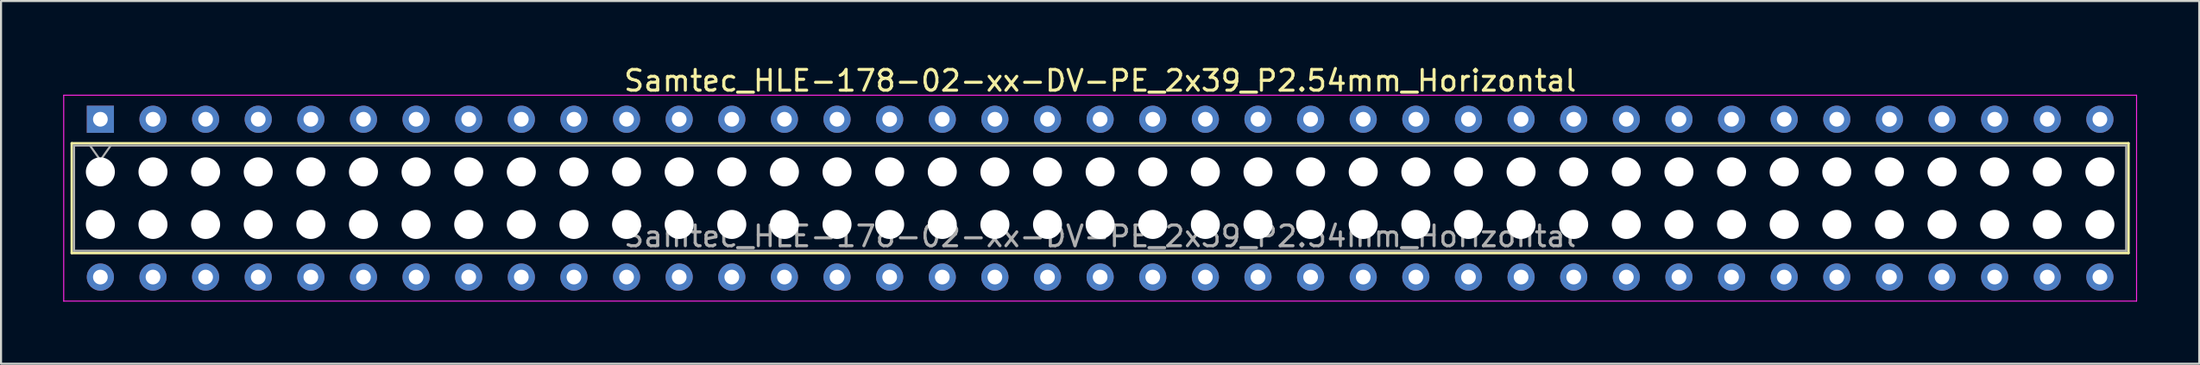
<source format=kicad_pcb>
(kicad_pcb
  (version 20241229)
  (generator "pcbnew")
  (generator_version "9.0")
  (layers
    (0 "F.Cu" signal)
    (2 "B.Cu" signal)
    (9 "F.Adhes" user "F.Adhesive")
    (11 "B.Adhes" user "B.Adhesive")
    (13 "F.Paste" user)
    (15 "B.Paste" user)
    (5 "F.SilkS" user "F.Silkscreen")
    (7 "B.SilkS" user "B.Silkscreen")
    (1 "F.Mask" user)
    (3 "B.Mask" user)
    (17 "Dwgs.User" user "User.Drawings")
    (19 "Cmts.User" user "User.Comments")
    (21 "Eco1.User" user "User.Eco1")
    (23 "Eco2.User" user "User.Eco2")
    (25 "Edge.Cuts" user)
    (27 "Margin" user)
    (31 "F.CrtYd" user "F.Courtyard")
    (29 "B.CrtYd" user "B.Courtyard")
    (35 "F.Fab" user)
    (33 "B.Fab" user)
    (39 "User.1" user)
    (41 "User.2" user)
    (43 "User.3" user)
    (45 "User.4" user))
  (footprint "Samtec_HLE-178-02-xx-DV-PE_2x39_P2.54mm_Horizontal"
    (layer "F.Cu")
    (at 1.795 2.708)
    (property "Reference" "Samtec_HLE-178-02-xx-DV-PE_2x39_P2.54mm_Horizontal" (at 48.26 -1.86 0) (layer "F.SilkS") (effects (font (size 1 1) (thickness 0.15))))
    (attr through_hole)
    (fp_line (start -1.38 1.16) (end 97.9 1.16) (stroke (width 0.12) (type solid)) (layer "F.SilkS"))
    (fp_line (start -1.38 6.46) (end -1.38 1.16) (stroke (width 0.12) (type solid)) (layer "F.SilkS"))
    (fp_line (start 97.9 1.16) (end 97.9 6.46) (stroke (width 0.12) (type solid)) (layer "F.SilkS"))
    (fp_line (start 97.9 6.46) (end -1.38 6.46) (stroke (width 0.12) (type solid)) (layer "F.SilkS"))
    (fp_line (start -1.77 -1.16) (end 98.29 -1.16) (stroke (width 0.05) (type solid)) (layer "F.CrtYd"))
    (fp_line (start -1.77 8.78) (end -1.77 -1.16) (stroke (width 0.05) (type solid)) (layer "F.CrtYd"))
    (fp_line (start 98.29 -1.16) (end 98.29 8.78) (stroke (width 0.05) (type solid)) (layer "F.CrtYd"))
    (fp_line (start 98.29 8.78) (end -1.77 8.78) (stroke (width 0.05) (type solid)) (layer "F.CrtYd"))
    (fp_line (start -1.27 1.27) (end 97.79 1.27) (stroke (width 0.1) (type solid)) (layer "F.Fab"))
    (fp_line (start -1.27 6.35) (end -1.27 1.27) (stroke (width 0.1) (type solid)) (layer "F.Fab"))
    (fp_line (start -0.5 1.27) (end 0 1.977) (stroke (width 0.1) (type solid)) (layer "F.Fab"))
    (fp_line (start 0 1.977) (end 0.5 1.27) (stroke (width 0.1) (type solid)) (layer "F.Fab"))
    (fp_line (start 97.79 1.27) (end 97.79 6.35) (stroke (width 0.1) (type solid)) (layer "F.Fab"))
    (fp_line (start 97.79 6.35) (end -1.27 6.35) (stroke (width 0.1) (type solid)) (layer "F.Fab"))
    (fp_text user "${REFERENCE}" (at 48.26 5.65 0) (layer "F.Fab") (effects (font (size 1 1) (thickness 0.15))))
    (pad "" np_thru_hole circle (at 0 2.54) (size 1.4 1.4) (drill 1.4) (layers "*.Cu" "*.Mask"))
    (pad "" np_thru_hole circle (at 0 5.08) (size 1.4 1.4) (drill 1.4) (layers "*.Cu" "*.Mask"))
    (pad "" np_thru_hole circle (at 2.54 2.54) (size 1.4 1.4) (drill 1.4) (layers "*.Cu" "*.Mask"))
    (pad "" np_thru_hole circle (at 2.54 5.08) (size 1.4 1.4) (drill 1.4) (layers "*.Cu" "*.Mask"))
    (pad "" np_thru_hole circle (at 5.08 2.54) (size 1.4 1.4) (drill 1.4) (layers "*.Cu" "*.Mask"))
    (pad "" np_thru_hole circle (at 5.08 5.08) (size 1.4 1.4) (drill 1.4) (layers "*.Cu" "*.Mask"))
    (pad "" np_thru_hole circle (at 7.62 2.54) (size 1.4 1.4) (drill 1.4) (layers "*.Cu" "*.Mask"))
    (pad "" np_thru_hole circle (at 7.62 5.08) (size 1.4 1.4) (drill 1.4) (layers "*.Cu" "*.Mask"))
    (pad "" np_thru_hole circle (at 10.16 2.54) (size 1.4 1.4) (drill 1.4) (layers "*.Cu" "*.Mask"))
    (pad "" np_thru_hole circle (at 10.16 5.08) (size 1.4 1.4) (drill 1.4) (layers "*.Cu" "*.Mask"))
    (pad "" np_thru_hole circle (at 12.7 2.54) (size 1.4 1.4) (drill 1.4) (layers "*.Cu" "*.Mask"))
    (pad "" np_thru_hole circle (at 12.7 5.08) (size 1.4 1.4) (drill 1.4) (layers "*.Cu" "*.Mask"))
    (pad "" np_thru_hole circle (at 15.24 2.54) (size 1.4 1.4) (drill 1.4) (layers "*.Cu" "*.Mask"))
    (pad "" np_thru_hole circle (at 15.24 5.08) (size 1.4 1.4) (drill 1.4) (layers "*.Cu" "*.Mask"))
    (pad "" np_thru_hole circle (at 17.78 2.54) (size 1.4 1.4) (drill 1.4) (layers "*.Cu" "*.Mask"))
    (pad "" np_thru_hole circle (at 17.78 5.08) (size 1.4 1.4) (drill 1.4) (layers "*.Cu" "*.Mask"))
    (pad "" np_thru_hole circle (at 20.32 2.54) (size 1.4 1.4) (drill 1.4) (layers "*.Cu" "*.Mask"))
    (pad "" np_thru_hole circle (at 20.32 5.08) (size 1.4 1.4) (drill 1.4) (layers "*.Cu" "*.Mask"))
    (pad "" np_thru_hole circle (at 22.86 2.54) (size 1.4 1.4) (drill 1.4) (layers "*.Cu" "*.Mask"))
    (pad "" np_thru_hole circle (at 22.86 5.08) (size 1.4 1.4) (drill 1.4) (layers "*.Cu" "*.Mask"))
    (pad "" np_thru_hole circle (at 25.4 2.54) (size 1.4 1.4) (drill 1.4) (layers "*.Cu" "*.Mask"))
    (pad "" np_thru_hole circle (at 25.4 5.08) (size 1.4 1.4) (drill 1.4) (layers "*.Cu" "*.Mask"))
    (pad "" np_thru_hole circle (at 27.94 2.54) (size 1.4 1.4) (drill 1.4) (layers "*.Cu" "*.Mask"))
    (pad "" np_thru_hole circle (at 27.94 5.08) (size 1.4 1.4) (drill 1.4) (layers "*.Cu" "*.Mask"))
    (pad "" np_thru_hole circle (at 30.48 2.54) (size 1.4 1.4) (drill 1.4) (layers "*.Cu" "*.Mask"))
    (pad "" np_thru_hole circle (at 30.48 5.08) (size 1.4 1.4) (drill 1.4) (layers "*.Cu" "*.Mask"))
    (pad "" np_thru_hole circle (at 33.02 2.54) (size 1.4 1.4) (drill 1.4) (layers "*.Cu" "*.Mask"))
    (pad "" np_thru_hole circle (at 33.02 5.08) (size 1.4 1.4) (drill 1.4) (layers "*.Cu" "*.Mask"))
    (pad "" np_thru_hole circle (at 35.56 2.54) (size 1.4 1.4) (drill 1.4) (layers "*.Cu" "*.Mask"))
    (pad "" np_thru_hole circle (at 35.56 5.08) (size 1.4 1.4) (drill 1.4) (layers "*.Cu" "*.Mask"))
    (pad "" np_thru_hole circle (at 38.1 2.54) (size 1.4 1.4) (drill 1.4) (layers "*.Cu" "*.Mask"))
    (pad "" np_thru_hole circle (at 38.1 5.08) (size 1.4 1.4) (drill 1.4) (layers "*.Cu" "*.Mask"))
    (pad "" np_thru_hole circle (at 40.64 2.54) (size 1.4 1.4) (drill 1.4) (layers "*.Cu" "*.Mask"))
    (pad "" np_thru_hole circle (at 40.64 5.08) (size 1.4 1.4) (drill 1.4) (layers "*.Cu" "*.Mask"))
    (pad "" np_thru_hole circle (at 43.18 2.54) (size 1.4 1.4) (drill 1.4) (layers "*.Cu" "*.Mask"))
    (pad "" np_thru_hole circle (at 43.18 5.08) (size 1.4 1.4) (drill 1.4) (layers "*.Cu" "*.Mask"))
    (pad "" np_thru_hole circle (at 45.72 2.54) (size 1.4 1.4) (drill 1.4) (layers "*.Cu" "*.Mask"))
    (pad "" np_thru_hole circle (at 45.72 5.08) (size 1.4 1.4) (drill 1.4) (layers "*.Cu" "*.Mask"))
    (pad "" np_thru_hole circle (at 48.26 2.54) (size 1.4 1.4) (drill 1.4) (layers "*.Cu" "*.Mask"))
    (pad "" np_thru_hole circle (at 48.26 5.08) (size 1.4 1.4) (drill 1.4) (layers "*.Cu" "*.Mask"))
    (pad "" np_thru_hole circle (at 50.8 2.54) (size 1.4 1.4) (drill 1.4) (layers "*.Cu" "*.Mask"))
    (pad "" np_thru_hole circle (at 50.8 5.08) (size 1.4 1.4) (drill 1.4) (layers "*.Cu" "*.Mask"))
    (pad "" np_thru_hole circle (at 53.34 2.54) (size 1.4 1.4) (drill 1.4) (layers "*.Cu" "*.Mask"))
    (pad "" np_thru_hole circle (at 53.34 5.08) (size 1.4 1.4) (drill 1.4) (layers "*.Cu" "*.Mask"))
    (pad "" np_thru_hole circle (at 55.88 2.54) (size 1.4 1.4) (drill 1.4) (layers "*.Cu" "*.Mask"))
    (pad "" np_thru_hole circle (at 55.88 5.08) (size 1.4 1.4) (drill 1.4) (layers "*.Cu" "*.Mask"))
    (pad "" np_thru_hole circle (at 58.42 2.54) (size 1.4 1.4) (drill 1.4) (layers "*.Cu" "*.Mask"))
    (pad "" np_thru_hole circle (at 58.42 5.08) (size 1.4 1.4) (drill 1.4) (layers "*.Cu" "*.Mask"))
    (pad "" np_thru_hole circle (at 60.96 2.54) (size 1.4 1.4) (drill 1.4) (layers "*.Cu" "*.Mask"))
    (pad "" np_thru_hole circle (at 60.96 5.08) (size 1.4 1.4) (drill 1.4) (layers "*.Cu" "*.Mask"))
    (pad "" np_thru_hole circle (at 63.5 2.54) (size 1.4 1.4) (drill 1.4) (layers "*.Cu" "*.Mask"))
    (pad "" np_thru_hole circle (at 63.5 5.08) (size 1.4 1.4) (drill 1.4) (layers "*.Cu" "*.Mask"))
    (pad "" np_thru_hole circle (at 66.04 2.54) (size 1.4 1.4) (drill 1.4) (layers "*.Cu" "*.Mask"))
    (pad "" np_thru_hole circle (at 66.04 5.08) (size 1.4 1.4) (drill 1.4) (layers "*.Cu" "*.Mask"))
    (pad "" np_thru_hole circle (at 68.58 2.54) (size 1.4 1.4) (drill 1.4) (layers "*.Cu" "*.Mask"))
    (pad "" np_thru_hole circle (at 68.58 5.08) (size 1.4 1.4) (drill 1.4) (layers "*.Cu" "*.Mask"))
    (pad "" np_thru_hole circle (at 71.12 2.54) (size 1.4 1.4) (drill 1.4) (layers "*.Cu" "*.Mask"))
    (pad "" np_thru_hole circle (at 71.12 5.08) (size 1.4 1.4) (drill 1.4) (layers "*.Cu" "*.Mask"))
    (pad "" np_thru_hole circle (at 73.66 2.54) (size 1.4 1.4) (drill 1.4) (layers "*.Cu" "*.Mask"))
    (pad "" np_thru_hole circle (at 73.66 5.08) (size 1.4 1.4) (drill 1.4) (layers "*.Cu" "*.Mask"))
    (pad "" np_thru_hole circle (at 76.2 2.54) (size 1.4 1.4) (drill 1.4) (layers "*.Cu" "*.Mask"))
    (pad "" np_thru_hole circle (at 76.2 5.08) (size 1.4 1.4) (drill 1.4) (layers "*.Cu" "*.Mask"))
    (pad "" np_thru_hole circle (at 78.74 2.54) (size 1.4 1.4) (drill 1.4) (layers "*.Cu" "*.Mask"))
    (pad "" np_thru_hole circle (at 78.74 5.08) (size 1.4 1.4) (drill 1.4) (layers "*.Cu" "*.Mask"))
    (pad "" np_thru_hole circle (at 81.28 2.54) (size 1.4 1.4) (drill 1.4) (layers "*.Cu" "*.Mask"))
    (pad "" np_thru_hole circle (at 81.28 5.08) (size 1.4 1.4) (drill 1.4) (layers "*.Cu" "*.Mask"))
    (pad "" np_thru_hole circle (at 83.82 2.54) (size 1.4 1.4) (drill 1.4) (layers "*.Cu" "*.Mask"))
    (pad "" np_thru_hole circle (at 83.82 5.08) (size 1.4 1.4) (drill 1.4) (layers "*.Cu" "*.Mask"))
    (pad "" np_thru_hole circle (at 86.36 2.54) (size 1.4 1.4) (drill 1.4) (layers "*.Cu" "*.Mask"))
    (pad "" np_thru_hole circle (at 86.36 5.08) (size 1.4 1.4) (drill 1.4) (layers "*.Cu" "*.Mask"))
    (pad "" np_thru_hole circle (at 88.9 2.54) (size 1.4 1.4) (drill 1.4) (layers "*.Cu" "*.Mask"))
    (pad "" np_thru_hole circle (at 88.9 5.08) (size 1.4 1.4) (drill 1.4) (layers "*.Cu" "*.Mask"))
    (pad "" np_thru_hole circle (at 91.44 2.54) (size 1.4 1.4) (drill 1.4) (layers "*.Cu" "*.Mask"))
    (pad "" np_thru_hole circle (at 91.44 5.08) (size 1.4 1.4) (drill 1.4) (layers "*.Cu" "*.Mask"))
    (pad "" np_thru_hole circle (at 93.98 2.54) (size 1.4 1.4) (drill 1.4) (layers "*.Cu" "*.Mask"))
    (pad "" np_thru_hole circle (at 93.98 5.08) (size 1.4 1.4) (drill 1.4) (layers "*.Cu" "*.Mask"))
    (pad "" np_thru_hole circle (at 96.52 2.54) (size 1.4 1.4) (drill 1.4) (layers "*.Cu" "*.Mask"))
    (pad "" np_thru_hole circle (at 96.52 5.08) (size 1.4 1.4) (drill 1.4) (layers "*.Cu" "*.Mask"))
    (pad "1" thru_hole rect (at 0 0) (size 1.31 1.31) (drill 0.71) (layers "*.Cu" "*.Mask"))
    (pad "2" thru_hole circle (at 0 7.62) (size 1.31 1.31) (drill 0.71) (layers "*.Cu" "*.Mask"))
    (pad "3" thru_hole circle (at 2.54 0) (size 1.31 1.31) (drill 0.71) (layers "*.Cu" "*.Mask"))
    (pad "4" thru_hole circle (at 2.54 7.62) (size 1.31 1.31) (drill 0.71) (layers "*.Cu" "*.Mask"))
    (pad "5" thru_hole circle (at 5.08 0) (size 1.31 1.31) (drill 0.71) (layers "*.Cu" "*.Mask"))
    (pad "6" thru_hole circle (at 5.08 7.62) (size 1.31 1.31) (drill 0.71) (layers "*.Cu" "*.Mask"))
    (pad "7" thru_hole circle (at 7.62 0) (size 1.31 1.31) (drill 0.71) (layers "*.Cu" "*.Mask"))
    (pad "8" thru_hole circle (at 7.62 7.62) (size 1.31 1.31) (drill 0.71) (layers "*.Cu" "*.Mask"))
    (pad "9" thru_hole circle (at 10.16 0) (size 1.31 1.31) (drill 0.71) (layers "*.Cu" "*.Mask"))
    (pad "10" thru_hole circle (at 10.16 7.62) (size 1.31 1.31) (drill 0.71) (layers "*.Cu" "*.Mask"))
    (pad "11" thru_hole circle (at 12.7 0) (size 1.31 1.31) (drill 0.71) (layers "*.Cu" "*.Mask"))
    (pad "12" thru_hole circle (at 12.7 7.62) (size 1.31 1.31) (drill 0.71) (layers "*.Cu" "*.Mask"))
    (pad "13" thru_hole circle (at 15.24 0) (size 1.31 1.31) (drill 0.71) (layers "*.Cu" "*.Mask"))
    (pad "14" thru_hole circle (at 15.24 7.62) (size 1.31 1.31) (drill 0.71) (layers "*.Cu" "*.Mask"))
    (pad "15" thru_hole circle (at 17.78 0) (size 1.31 1.31) (drill 0.71) (layers "*.Cu" "*.Mask"))
    (pad "16" thru_hole circle (at 17.78 7.62) (size 1.31 1.31) (drill 0.71) (layers "*.Cu" "*.Mask"))
    (pad "17" thru_hole circle (at 20.32 0) (size 1.31 1.31) (drill 0.71) (layers "*.Cu" "*.Mask"))
    (pad "18" thru_hole circle (at 20.32 7.62) (size 1.31 1.31) (drill 0.71) (layers "*.Cu" "*.Mask"))
    (pad "19" thru_hole circle (at 22.86 0) (size 1.31 1.31) (drill 0.71) (layers "*.Cu" "*.Mask"))
    (pad "20" thru_hole circle (at 22.86 7.62) (size 1.31 1.31) (drill 0.71) (layers "*.Cu" "*.Mask"))
    (pad "21" thru_hole circle (at 25.4 0) (size 1.31 1.31) (drill 0.71) (layers "*.Cu" "*.Mask"))
    (pad "22" thru_hole circle (at 25.4 7.62) (size 1.31 1.31) (drill 0.71) (layers "*.Cu" "*.Mask"))
    (pad "23" thru_hole circle (at 27.94 0) (size 1.31 1.31) (drill 0.71) (layers "*.Cu" "*.Mask"))
    (pad "24" thru_hole circle (at 27.94 7.62) (size 1.31 1.31) (drill 0.71) (layers "*.Cu" "*.Mask"))
    (pad "25" thru_hole circle (at 30.48 0) (size 1.31 1.31) (drill 0.71) (layers "*.Cu" "*.Mask"))
    (pad "26" thru_hole circle (at 30.48 7.62) (size 1.31 1.31) (drill 0.71) (layers "*.Cu" "*.Mask"))
    (pad "27" thru_hole circle (at 33.02 0) (size 1.31 1.31) (drill 0.71) (layers "*.Cu" "*.Mask"))
    (pad "28" thru_hole circle (at 33.02 7.62) (size 1.31 1.31) (drill 0.71) (layers "*.Cu" "*.Mask"))
    (pad "29" thru_hole circle (at 35.56 0) (size 1.31 1.31) (drill 0.71) (layers "*.Cu" "*.Mask"))
    (pad "30" thru_hole circle (at 35.56 7.62) (size 1.31 1.31) (drill 0.71) (layers "*.Cu" "*.Mask"))
    (pad "31" thru_hole circle (at 38.1 0) (size 1.31 1.31) (drill 0.71) (layers "*.Cu" "*.Mask"))
    (pad "32" thru_hole circle (at 38.1 7.62) (size 1.31 1.31) (drill 0.71) (layers "*.Cu" "*.Mask"))
    (pad "33" thru_hole circle (at 40.64 0) (size 1.31 1.31) (drill 0.71) (layers "*.Cu" "*.Mask"))
    (pad "34" thru_hole circle (at 40.64 7.62) (size 1.31 1.31) (drill 0.71) (layers "*.Cu" "*.Mask"))
    (pad "35" thru_hole circle (at 43.18 0) (size 1.31 1.31) (drill 0.71) (layers "*.Cu" "*.Mask"))
    (pad "36" thru_hole circle (at 43.18 7.62) (size 1.31 1.31) (drill 0.71) (layers "*.Cu" "*.Mask"))
    (pad "37" thru_hole circle (at 45.72 0) (size 1.31 1.31) (drill 0.71) (layers "*.Cu" "*.Mask"))
    (pad "38" thru_hole circle (at 45.72 7.62) (size 1.31 1.31) (drill 0.71) (layers "*.Cu" "*.Mask"))
    (pad "39" thru_hole circle (at 48.26 0) (size 1.31 1.31) (drill 0.71) (layers "*.Cu" "*.Mask"))
    (pad "40" thru_hole circle (at 48.26 7.62) (size 1.31 1.31) (drill 0.71) (layers "*.Cu" "*.Mask"))
    (pad "41" thru_hole circle (at 50.8 0) (size 1.31 1.31) (drill 0.71) (layers "*.Cu" "*.Mask"))
    (pad "42" thru_hole circle (at 50.8 7.62) (size 1.31 1.31) (drill 0.71) (layers "*.Cu" "*.Mask"))
    (pad "43" thru_hole circle (at 53.34 0) (size 1.31 1.31) (drill 0.71) (layers "*.Cu" "*.Mask"))
    (pad "44" thru_hole circle (at 53.34 7.62) (size 1.31 1.31) (drill 0.71) (layers "*.Cu" "*.Mask"))
    (pad "45" thru_hole circle (at 55.88 0) (size 1.31 1.31) (drill 0.71) (layers "*.Cu" "*.Mask"))
    (pad "46" thru_hole circle (at 55.88 7.62) (size 1.31 1.31) (drill 0.71) (layers "*.Cu" "*.Mask"))
    (pad "47" thru_hole circle (at 58.42 0) (size 1.31 1.31) (drill 0.71) (layers "*.Cu" "*.Mask"))
    (pad "48" thru_hole circle (at 58.42 7.62) (size 1.31 1.31) (drill 0.71) (layers "*.Cu" "*.Mask"))
    (pad "49" thru_hole circle (at 60.96 0) (size 1.31 1.31) (drill 0.71) (layers "*.Cu" "*.Mask"))
    (pad "50" thru_hole circle (at 60.96 7.62) (size 1.31 1.31) (drill 0.71) (layers "*.Cu" "*.Mask"))
    (pad "51" thru_hole circle (at 63.5 0) (size 1.31 1.31) (drill 0.71) (layers "*.Cu" "*.Mask"))
    (pad "52" thru_hole circle (at 63.5 7.62) (size 1.31 1.31) (drill 0.71) (layers "*.Cu" "*.Mask"))
    (pad "53" thru_hole circle (at 66.04 0) (size 1.31 1.31) (drill 0.71) (layers "*.Cu" "*.Mask"))
    (pad "54" thru_hole circle (at 66.04 7.62) (size 1.31 1.31) (drill 0.71) (layers "*.Cu" "*.Mask"))
    (pad "55" thru_hole circle (at 68.58 0) (size 1.31 1.31) (drill 0.71) (layers "*.Cu" "*.Mask"))
    (pad "56" thru_hole circle (at 68.58 7.62) (size 1.31 1.31) (drill 0.71) (layers "*.Cu" "*.Mask"))
    (pad "57" thru_hole circle (at 71.12 0) (size 1.31 1.31) (drill 0.71) (layers "*.Cu" "*.Mask"))
    (pad "58" thru_hole circle (at 71.12 7.62) (size 1.31 1.31) (drill 0.71) (layers "*.Cu" "*.Mask"))
    (pad "59" thru_hole circle (at 73.66 0) (size 1.31 1.31) (drill 0.71) (layers "*.Cu" "*.Mask"))
    (pad "60" thru_hole circle (at 73.66 7.62) (size 1.31 1.31) (drill 0.71) (layers "*.Cu" "*.Mask"))
    (pad "61" thru_hole circle (at 76.2 0) (size 1.31 1.31) (drill 0.71) (layers "*.Cu" "*.Mask"))
    (pad "62" thru_hole circle (at 76.2 7.62) (size 1.31 1.31) (drill 0.71) (layers "*.Cu" "*.Mask"))
    (pad "63" thru_hole circle (at 78.74 0) (size 1.31 1.31) (drill 0.71) (layers "*.Cu" "*.Mask"))
    (pad "64" thru_hole circle (at 78.74 7.62) (size 1.31 1.31) (drill 0.71) (layers "*.Cu" "*.Mask"))
    (pad "65" thru_hole circle (at 81.28 0) (size 1.31 1.31) (drill 0.71) (layers "*.Cu" "*.Mask"))
    (pad "66" thru_hole circle (at 81.28 7.62) (size 1.31 1.31) (drill 0.71) (layers "*.Cu" "*.Mask"))
    (pad "67" thru_hole circle (at 83.82 0) (size 1.31 1.31) (drill 0.71) (layers "*.Cu" "*.Mask"))
    (pad "68" thru_hole circle (at 83.82 7.62) (size 1.31 1.31) (drill 0.71) (layers "*.Cu" "*.Mask"))
    (pad "69" thru_hole circle (at 86.36 0) (size 1.31 1.31) (drill 0.71) (layers "*.Cu" "*.Mask"))
    (pad "70" thru_hole circle (at 86.36 7.62) (size 1.31 1.31) (drill 0.71) (layers "*.Cu" "*.Mask"))
    (pad "71" thru_hole circle (at 88.9 0) (size 1.31 1.31) (drill 0.71) (layers "*.Cu" "*.Mask"))
    (pad "72" thru_hole circle (at 88.9 7.62) (size 1.31 1.31) (drill 0.71) (layers "*.Cu" "*.Mask"))
    (pad "73" thru_hole circle (at 91.44 0) (size 1.31 1.31) (drill 0.71) (layers "*.Cu" "*.Mask"))
    (pad "74" thru_hole circle (at 91.44 7.62) (size 1.31 1.31) (drill 0.71) (layers "*.Cu" "*.Mask"))
    (pad "75" thru_hole circle (at 93.98 0) (size 1.31 1.31) (drill 0.71) (layers "*.Cu" "*.Mask"))
    (pad "76" thru_hole circle (at 93.98 7.62) (size 1.31 1.31) (drill 0.71) (layers "*.Cu" "*.Mask"))
    (pad "77" thru_hole circle (at 96.52 0) (size 1.31 1.31) (drill 0.71) (layers "*.Cu" "*.Mask"))
    (pad "78" thru_hole circle (at 96.52 7.62) (size 1.31 1.31) (drill 0.71) (layers "*.Cu" "*.Mask")))
  (gr_rect
    (start -3 -3)
    (end 103.11 14.513)
    (stroke (width 0.1) (type default))
    (fill no)
    (layer "Edge.Cuts")))
</source>
